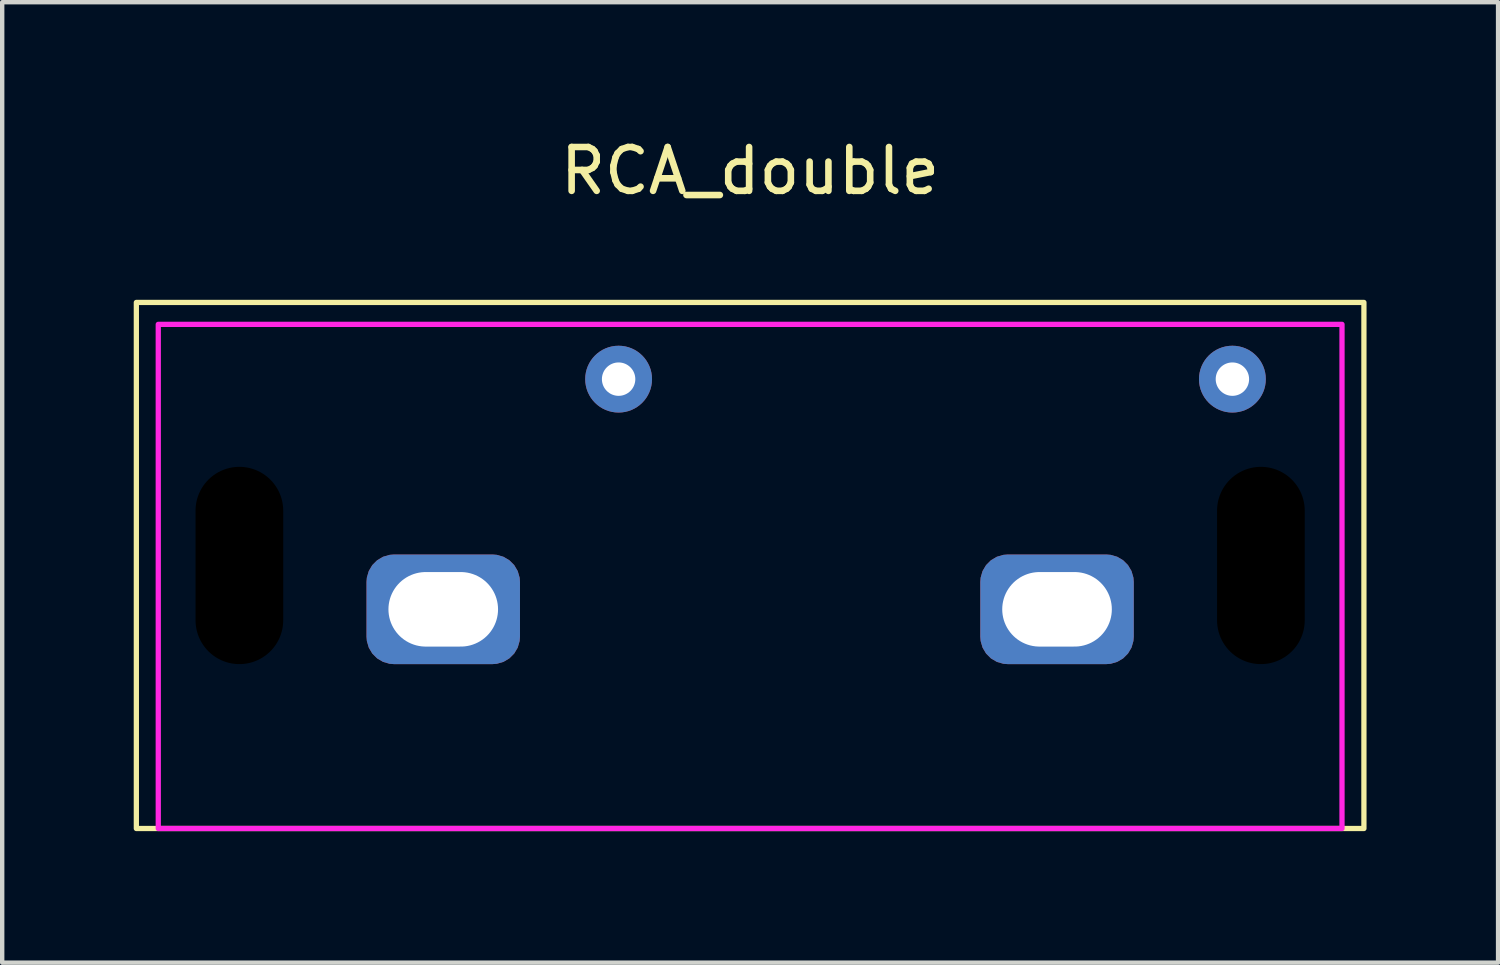
<source format=kicad_pcb>
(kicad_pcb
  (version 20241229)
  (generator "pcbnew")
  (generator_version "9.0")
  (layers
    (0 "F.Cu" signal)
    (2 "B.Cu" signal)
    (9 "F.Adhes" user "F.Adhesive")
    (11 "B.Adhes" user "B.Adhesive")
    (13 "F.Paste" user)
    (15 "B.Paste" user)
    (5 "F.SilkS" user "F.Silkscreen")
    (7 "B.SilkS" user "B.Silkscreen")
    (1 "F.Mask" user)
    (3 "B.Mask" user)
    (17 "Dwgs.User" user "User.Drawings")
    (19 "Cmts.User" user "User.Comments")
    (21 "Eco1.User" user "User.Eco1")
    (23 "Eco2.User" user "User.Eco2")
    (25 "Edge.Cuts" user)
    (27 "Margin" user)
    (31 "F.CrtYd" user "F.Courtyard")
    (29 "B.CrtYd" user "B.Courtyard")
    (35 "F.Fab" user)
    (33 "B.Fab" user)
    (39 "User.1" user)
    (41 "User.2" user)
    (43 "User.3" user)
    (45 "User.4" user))
  (footprint "RCA_double"
    (layer "F.Cu")
    (at 14.06 10.848)
    (property "Reference" "RCA_double" (at 0 -10 0) (unlocked yes) (layer "F.SilkS") (effects (font (size 1 1) (thickness 0.15))))
    (attr through_hole)
    (fp_rect (start -14 -7) (end 14 5) (stroke (width 0.12) (type default)) (fill no) (layer "F.SilkS"))
    (fp_rect (start -13.5 -6.5) (end 13.5 5) (stroke (width 0.12) (type default)) (fill no) (layer "F.CrtYd"))
    (pad "" np_thru_hole rect (at -11.65 -1) (size 2 4.5) (drill oval 2 4.5) (layers "*.Mask"))
    (pad "" np_thru_hole rect (at 11.65 -1) (size 2 4.5) (drill oval 2 4.5) (layers "*.Mask"))
    (pad "1" thru_hole roundrect (at 7 0) (size 3.5 2.5) (drill oval 2.5 1.7) (layers "*.Cu" "*.Mask") (roundrect_rratio 0.25))
    (pad "2" thru_hole circle (at 11 -5.25) (size 1.524 1.524) (drill 0.762) (layers "*.Cu" "*.Mask"))
    (pad "3" thru_hole roundrect (at -7 0) (size 3.5 2.5) (drill oval 2.5 1.7) (layers "*.Cu" "*.Mask") (roundrect_rratio 0.25))
    (pad "4" thru_hole circle (at -3 -5.25) (size 1.524 1.524) (drill 0.762) (layers "*.Cu" "*.Mask")))
  (gr_rect
    (start -3 -3)
    (end 31.12 18.908)
    (stroke (width 0.1) (type default))
    (fill no)
    (layer "Edge.Cuts")))
</source>
